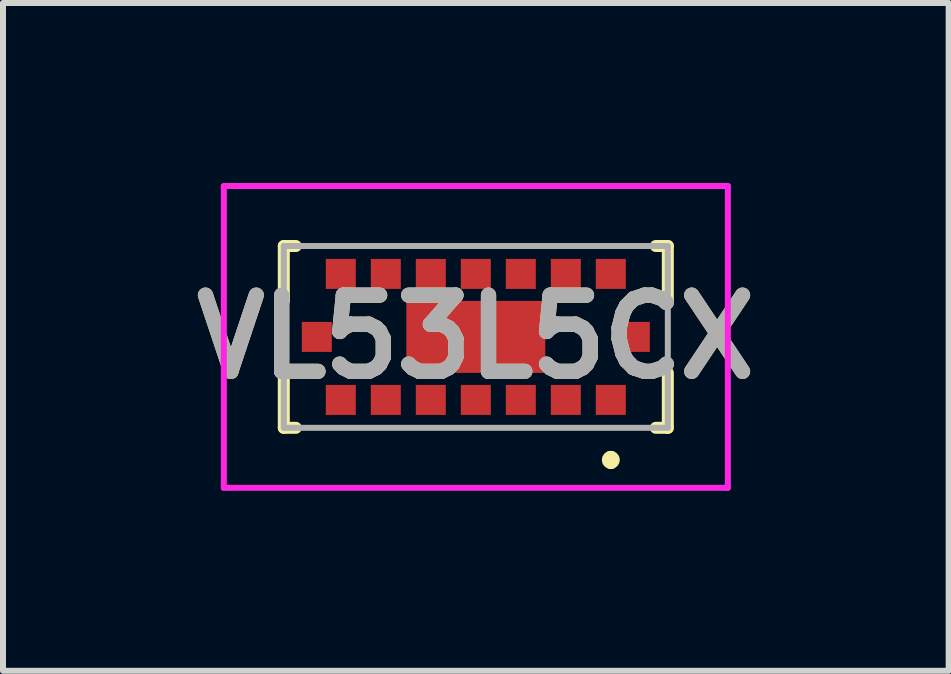
<source format=kicad_pcb>
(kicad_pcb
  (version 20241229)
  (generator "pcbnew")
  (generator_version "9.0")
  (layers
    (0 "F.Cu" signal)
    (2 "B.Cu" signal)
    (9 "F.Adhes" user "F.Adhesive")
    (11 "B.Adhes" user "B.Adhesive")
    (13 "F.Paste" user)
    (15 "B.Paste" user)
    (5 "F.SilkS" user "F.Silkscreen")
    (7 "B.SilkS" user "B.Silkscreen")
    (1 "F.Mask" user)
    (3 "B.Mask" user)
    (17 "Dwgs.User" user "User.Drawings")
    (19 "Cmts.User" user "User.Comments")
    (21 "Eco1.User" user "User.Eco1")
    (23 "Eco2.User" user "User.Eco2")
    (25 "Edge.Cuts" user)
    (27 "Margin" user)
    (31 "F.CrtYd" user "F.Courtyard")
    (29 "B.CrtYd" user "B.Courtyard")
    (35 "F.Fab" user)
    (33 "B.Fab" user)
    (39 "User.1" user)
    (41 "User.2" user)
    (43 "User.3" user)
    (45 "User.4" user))
  (footprint "VL53L5CX"
    (layer "F.Cu")
    (at 4.88 2.565)
    (property "Reference" "VL53L5CX" (at 0 0 0) (layer "F.SilkS") (effects (font (size 1.27 1.27) (thickness 0.254))))
    (attr smd)
    (fp_line (start -3.2 -1.515) (end -3 -1.515) (stroke (width 0.2) (type solid)) (layer "F.SilkS"))
    (fp_line (start -3.2 -0.6) (end -3.2 -1.515) (stroke (width 0.2) (type solid)) (layer "F.SilkS"))
    (fp_line (start -3.2 1.515) (end -3.2 0.6) (stroke (width 0.2) (type solid)) (layer "F.SilkS"))
    (fp_line (start -3 1.515) (end -3.2 1.515) (stroke (width 0.2) (type solid)) (layer "F.SilkS"))
    (fp_line (start 2.25 2) (end 2.25 2) (stroke (width 0.2) (type solid)) (layer "F.SilkS"))
    (fp_line (start 2.25 2.1) (end 2.25 2) (stroke (width 0.2) (type solid)) (layer "F.SilkS"))
    (fp_line (start 2.25 2.1) (end 2.25 2.1) (stroke (width 0.2) (type solid)) (layer "F.SilkS"))
    (fp_line (start 3 -1.515) (end 3.2 -1.515) (stroke (width 0.2) (type solid)) (layer "F.SilkS"))
    (fp_line (start 3 1.515) (end 3.2 1.515) (stroke (width 0.2) (type solid)) (layer "F.SilkS"))
    (fp_line (start 3.2 -1.515) (end 3.2 -0.6) (stroke (width 0.2) (type solid)) (layer "F.SilkS"))
    (fp_line (start 3.2 1.515) (end 3.2 0.6) (stroke (width 0.2) (type solid)) (layer "F.SilkS"))
    (fp_arc (start 2.25 2) (mid 2.3 2.05) (end 2.25 2.1) (stroke (width 0.2) (type solid)) (layer "F.SilkS"))
    (fp_arc (start 2.25 2.1) (mid 2.2 2.05) (end 2.25 2) (stroke (width 0.2) (type solid)) (layer "F.SilkS"))
    (fp_line (start -4.2 -2.515) (end 4.2 -2.515) (stroke (width 0.1) (type solid)) (layer "F.CrtYd"))
    (fp_line (start -4.2 2.515) (end -4.2 -2.515) (stroke (width 0.1) (type solid)) (layer "F.CrtYd"))
    (fp_line (start 4.2 -2.515) (end 4.2 2.515) (stroke (width 0.1) (type solid)) (layer "F.CrtYd"))
    (fp_line (start 4.2 2.515) (end -4.2 2.515) (stroke (width 0.1) (type solid)) (layer "F.CrtYd"))
    (fp_line (start -3.2 -1.515) (end 3.2 -1.515) (stroke (width 0.1) (type solid)) (layer "F.Fab"))
    (fp_line (start -3.2 1.515) (end -3.2 -1.515) (stroke (width 0.1) (type solid)) (layer "F.Fab"))
    (fp_line (start 3.2 -1.515) (end 3.2 1.515) (stroke (width 0.1) (type solid)) (layer "F.Fab"))
    (fp_line (start 3.2 1.515) (end -3.2 1.515) (stroke (width 0.1) (type solid)) (layer "F.Fab"))
    (fp_text user "${REFERENCE}" (at 0 0 0) (layer "F.Fab") (effects (font (size 1.27 1.27) (thickness 0.254))))
    (pad "A1" smd rect (at 2.25 1.05 90) (size 0.5 0.5) (layers "F.Cu" "F.Mask" "F.Paste"))
    (pad "A2" smd rect (at 1.5 1.05 90) (size 0.5 0.5) (layers "F.Cu" "F.Mask" "F.Paste"))
    (pad "A3" smd rect (at 0.75 1.05 90) (size 0.5 0.5) (layers "F.Cu" "F.Mask" "F.Paste"))
    (pad "A4" smd rect (at 0 1.05 90) (size 0.5 0.5) (layers "F.Cu" "F.Mask" "F.Paste"))
    (pad "A5" smd rect (at -0.75 1.05 90) (size 0.5 0.5) (layers "F.Cu" "F.Mask" "F.Paste"))
    (pad "A6" smd rect (at -1.5 1.05 90) (size 0.5 0.5) (layers "F.Cu" "F.Mask" "F.Paste"))
    (pad "A7" smd rect (at -2.25 1.05 90) (size 0.5 0.5) (layers "F.Cu" "F.Mask" "F.Paste"))
    (pad "B1" smd rect (at 2.65 0 90) (size 0.5 0.5) (layers "F.Cu" "F.Mask" "F.Paste"))
    (pad "B4" smd rect (at 0 0 90) (size 1.2 2.316) (layers "F.Cu" "F.Mask" "F.Paste"))
    (pad "B7" smd rect (at -2.65 0 90) (size 0.5 0.5) (layers "F.Cu" "F.Mask" "F.Paste"))
    (pad "C1" smd rect (at 2.25 -1.05 90) (size 0.5 0.5) (layers "F.Cu" "F.Mask" "F.Paste"))
    (pad "C2" smd rect (at 1.5 -1.05 90) (size 0.5 0.5) (layers "F.Cu" "F.Mask" "F.Paste"))
    (pad "C3" smd rect (at 0.75 -1.05 90) (size 0.5 0.5) (layers "F.Cu" "F.Mask" "F.Paste"))
    (pad "C4" smd rect (at 0 -1.05 90) (size 0.5 0.5) (layers "F.Cu" "F.Mask" "F.Paste"))
    (pad "C5" smd rect (at -0.75 -1.05 90) (size 0.5 0.5) (layers "F.Cu" "F.Mask" "F.Paste"))
    (pad "C6" smd rect (at -1.5 -1.05 90) (size 0.5 0.5) (layers "F.Cu" "F.Mask" "F.Paste"))
    (pad "C7" smd rect (at -2.25 -1.05 90) (size 0.5 0.5) (layers "F.Cu" "F.Mask" "F.Paste")))
  (gr_rect
    (start -3 -3)
    (end 12.761 8.13)
    (stroke (width 0.1) (type default))
    (fill no)
    (layer "Edge.Cuts")))
</source>
